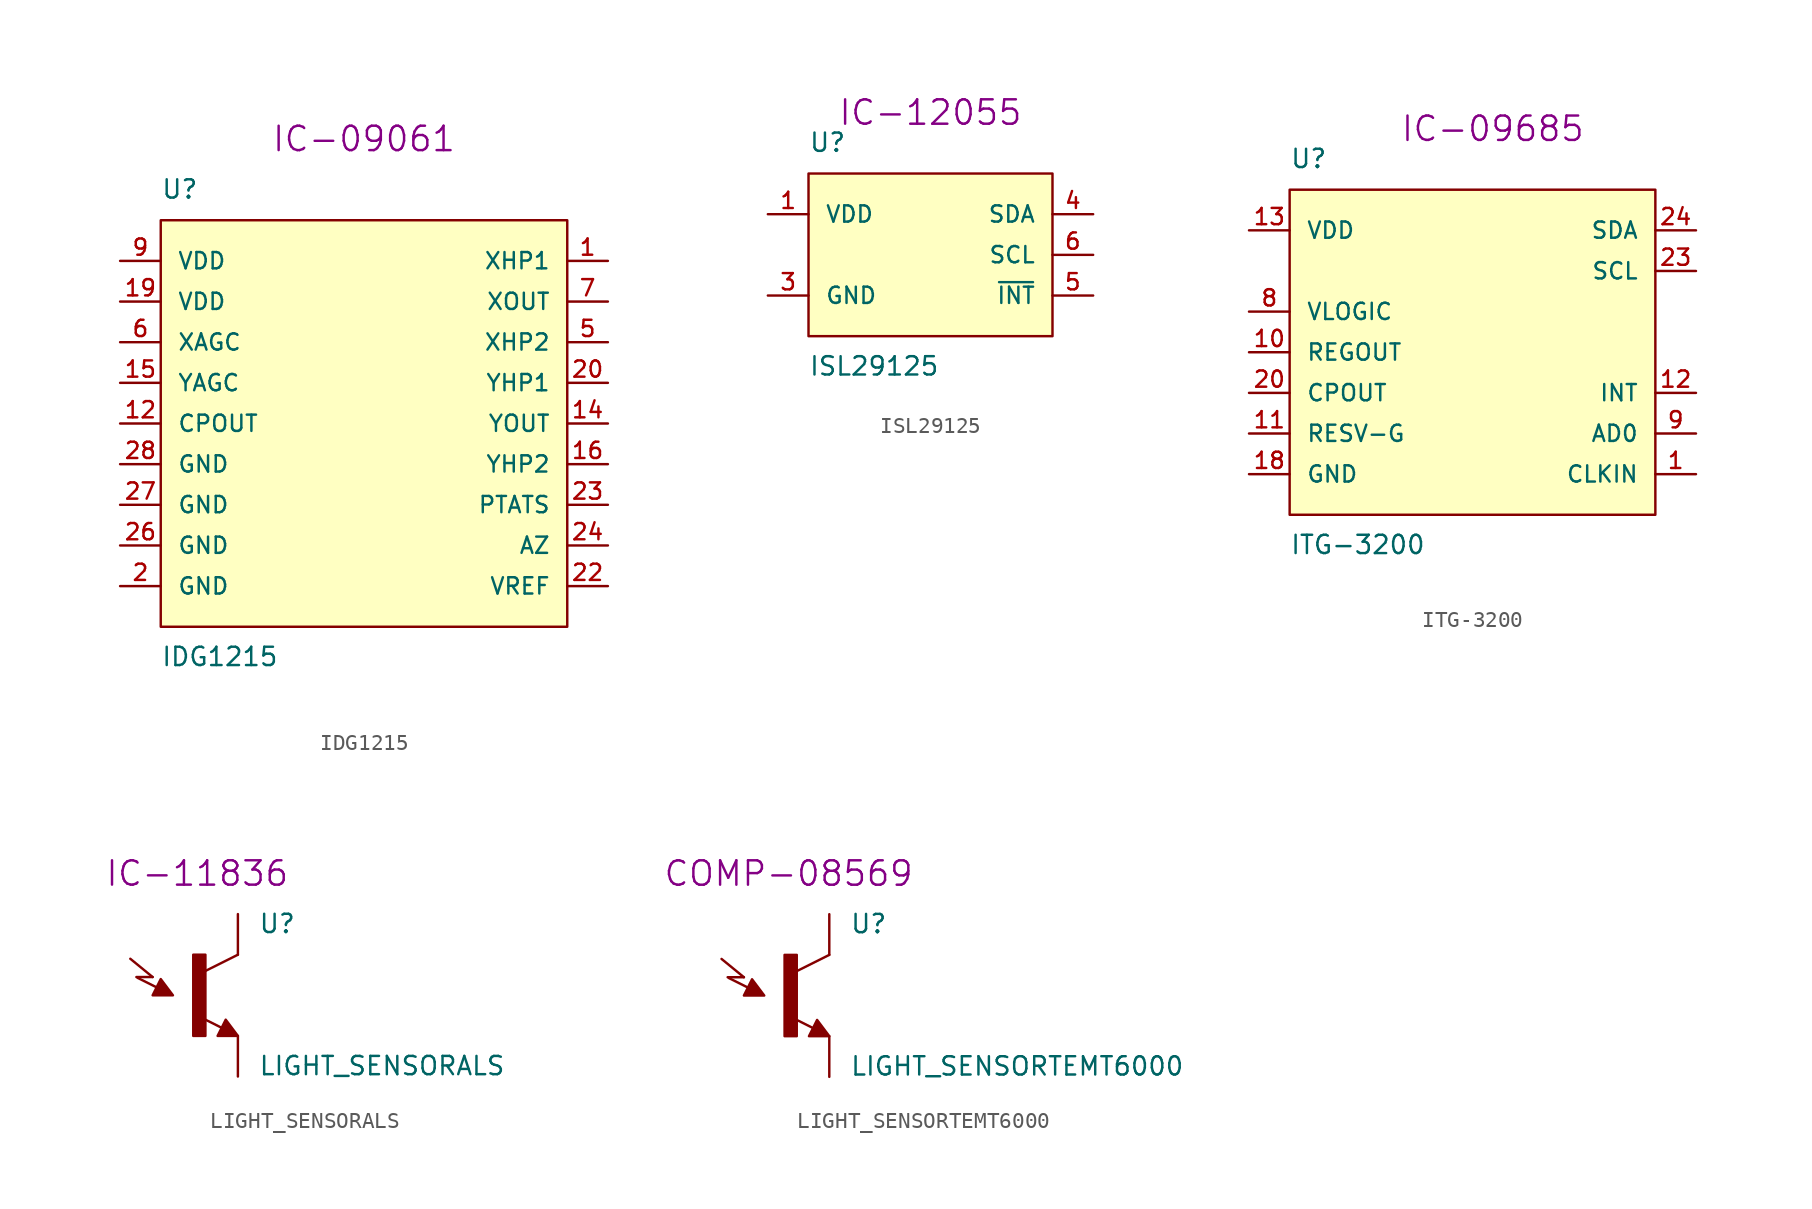
<source format=kicad_sym>
(kicad_symbol_lib
  (version 20220914)
  (generator kicad_symbol_editor)
  (symbol "IDG1215"
    (pin_names
      (offset 1.016))
    (property "Reference" "U"
      (at -12.7 13.97 0)
      (effects (font (size 1.143 1.143)) (justify left bottom)))
    (property "Value" "IDG1215"
      (at -12.7 -15.24 0)
      (effects (font (size 1.143 1.143)) (justify left bottom)))
    (property "Field4" "IC-09061"
      (at 0 17.78 0)
      (effects (font (size 1.524 1.524))))
    (property "ki_locked" ""
      (at 0 0 0)
      (effects (font (size 1.27 1.27))))
    (symbol "IDG1215_1_1"
      (polyline (pts (xy -12.7 -12.7) (xy 12.7 -12.7) (xy 12.7 12.7) (xy -12.7 12.7) (xy -12.7 -12.7)) (stroke (width 0) (type solid)) (fill (type background)))
      (pin bidirectional line (at 15.24 10.16 180) (length 2.54) (name "XHP1" (effects (font (size 1.016 1.016)))) (number "1" (effects (font (size 1.016 1.016)))))
      (pin bidirectional line (at -15.24 0 0) (length 2.54) (name "CPOUT" (effects (font (size 1.016 1.016)))) (number "12" (effects (font (size 1.016 1.016)))))
      (pin bidirectional line (at 15.24 0 180) (length 2.54) (name "YOUT" (effects (font (size 1.016 1.016)))) (number "14" (effects (font (size 1.016 1.016)))))
      (pin bidirectional line (at -15.24 2.54 0) (length 2.54) (name "YAGC" (effects (font (size 1.016 1.016)))) (number "15" (effects (font (size 1.016 1.016)))))
      (pin bidirectional line (at 15.24 -2.54 180) (length 2.54) (name "YHP2" (effects (font (size 1.016 1.016)))) (number "16" (effects (font (size 1.016 1.016)))))
      (pin bidirectional line (at -15.24 7.62 0) (length 2.54) (name "VDD" (effects (font (size 1.016 1.016)))) (number "19" (effects (font (size 1.016 1.016)))))
      (pin bidirectional line (at -15.24 -10.16 0) (length 2.54) (name "GND" (effects (font (size 1.016 1.016)))) (number "2" (effects (font (size 1.016 1.016)))))
      (pin bidirectional line (at 15.24 2.54 180) (length 2.54) (name "YHP1" (effects (font (size 1.016 1.016)))) (number "20" (effects (font (size 1.016 1.016)))))
      (pin bidirectional line (at 15.24 -10.16 180) (length 2.54) (name "VREF" (effects (font (size 1.016 1.016)))) (number "22" (effects (font (size 1.016 1.016)))))
      (pin bidirectional line (at 15.24 -5.08 180) (length 2.54) (name "PTATS" (effects (font (size 1.016 1.016)))) (number "23" (effects (font (size 1.016 1.016)))))
      (pin bidirectional line (at 15.24 -7.62 180) (length 2.54) (name "AZ" (effects (font (size 1.016 1.016)))) (number "24" (effects (font (size 1.016 1.016)))))
      (pin bidirectional line (at -15.24 -7.62 0) (length 2.54) (name "GND" (effects (font (size 1.016 1.016)))) (number "26" (effects (font (size 1.016 1.016)))))
      (pin bidirectional line (at -15.24 -5.08 0) (length 2.54) (name "GND" (effects (font (size 1.016 1.016)))) (number "27" (effects (font (size 1.016 1.016)))))
      (pin bidirectional line (at -15.24 -2.54 0) (length 2.54) (name "GND" (effects (font (size 1.016 1.016)))) (number "28" (effects (font (size 1.016 1.016)))))
      (pin bidirectional line (at 15.24 5.08 180) (length 2.54) (name "XHP2" (effects (font (size 1.016 1.016)))) (number "5" (effects (font (size 1.016 1.016)))))
      (pin bidirectional line (at -15.24 5.08 0) (length 2.54) (name "XAGC" (effects (font (size 1.016 1.016)))) (number "6" (effects (font (size 1.016 1.016)))))
      (pin bidirectional line (at 15.24 7.62 180) (length 2.54) (name "XOUT" (effects (font (size 1.016 1.016)))) (number "7" (effects (font (size 1.016 1.016)))))
      (pin bidirectional line (at -15.24 10.16 0) (length 2.54) (name "VDD" (effects (font (size 1.016 1.016)))) (number "9" (effects (font (size 1.016 1.016)))))))
  (symbol "ISL29125"
    (pin_names
      (offset 1.016))
    (property "Reference" "U"
      (at -7.62 6.35 0)
      (effects (font (size 1.143 1.143)) (justify left bottom)))
    (property "Value" "ISL29125"
      (at -7.62 -7.62 0)
      (effects (font (size 1.143 1.143)) (justify left bottom)))
    (property "Field4" "IC-12055"
      (at 0 8.89 0)
      (effects (font (size 1.524 1.524))))
    (property "ki_locked" ""
      (at 0 0 0)
      (effects (font (size 1.27 1.27))))
    (symbol "ISL29125_1_1"
      (polyline (pts (xy -7.62 5.08) (xy 7.62 5.08) (xy 7.62 -5.08) (xy -7.62 -5.08) (xy -7.62 5.08)) (stroke (width 0) (type solid)) (fill (type background)))
      (pin bidirectional line (at -10.16 2.54 0) (length 2.54) (name "VDD" (effects (font (size 1.016 1.016)))) (number "1" (effects (font (size 1.016 1.016)))))
      (pin bidirectional line (at -10.16 -2.54 0) (length 2.54) (name "GND" (effects (font (size 1.016 1.016)))) (number "3" (effects (font (size 1.016 1.016)))))
      (pin bidirectional line (at 10.16 2.54 180) (length 2.54) (name "SDA" (effects (font (size 1.016 1.016)))) (number "4" (effects (font (size 1.016 1.016)))))
      (pin bidirectional line (at 10.16 -2.54 180) (length 2.54) (name "~{INT}" (effects (font (size 1.016 1.016)))) (number "5" (effects (font (size 1.016 1.016)))))
      (pin bidirectional line (at 10.16 0 180) (length 2.54) (name "SCL" (effects (font (size 1.016 1.016)))) (number "6" (effects (font (size 1.016 1.016)))))))
  (symbol "ITG-3200"
    (pin_names
      (offset 1.016))
    (property "Reference" "U"
      (at -11.43 11.43 0)
      (effects (font (size 1.143 1.143)) (justify left bottom)))
    (property "Value" "ITG-3200"
      (at -11.43 -12.7 0)
      (effects (font (size 1.143 1.143)) (justify left bottom)))
    (property "Field4" "IC-09685"
      (at 1.27 13.97 0)
      (effects (font (size 1.524 1.524))))
    (property "ki_locked" ""
      (at 0 0 0)
      (effects (font (size 1.27 1.27))))
    (symbol "ITG-3200_1_1"
      (polyline (pts (xy -11.43 10.16) (xy -11.43 -10.16) (xy 11.43 -10.16) (xy 11.43 10.16) (xy -11.43 10.16)) (stroke (width 0) (type solid)) (fill (type background)))
      (pin bidirectional line (at 13.97 -7.62 180) (length 2.54) (name "CLKIN" (effects (font (size 1.016 1.016)))) (number "1" (effects (font (size 1.016 1.016)))))
      (pin bidirectional line (at -13.97 0 0) (length 2.54) (name "REGOUT" (effects (font (size 1.016 1.016)))) (number "10" (effects (font (size 1.016 1.016)))))
      (pin bidirectional line (at -13.97 -5.08 0) (length 2.54) (name "RESV-G" (effects (font (size 1.016 1.016)))) (number "11" (effects (font (size 1.016 1.016)))))
      (pin bidirectional line (at 13.97 -2.54 180) (length 2.54) (name "INT" (effects (font (size 1.016 1.016)))) (number "12" (effects (font (size 1.016 1.016)))))
      (pin bidirectional line (at -13.97 7.62 0) (length 2.54) (name "VDD" (effects (font (size 1.016 1.016)))) (number "13" (effects (font (size 1.016 1.016)))))
      (pin bidirectional line (at -13.97 -7.62 0) (length 2.54) (name "GND" (effects (font (size 1.016 1.016)))) (number "18" (effects (font (size 1.016 1.016)))))
      (pin bidirectional line (at -13.97 -2.54 0) (length 2.54) (name "CPOUT" (effects (font (size 1.016 1.016)))) (number "20" (effects (font (size 1.016 1.016)))))
      (pin bidirectional line (at 13.97 5.08 180) (length 2.54) (name "SCL" (effects (font (size 1.016 1.016)))) (number "23" (effects (font (size 1.016 1.016)))))
      (pin bidirectional line (at 13.97 7.62 180) (length 2.54) (name "SDA" (effects (font (size 1.016 1.016)))) (number "24" (effects (font (size 1.016 1.016)))))
      (pin bidirectional line (at -13.97 2.54 0) (length 2.54) (name "VLOGIC" (effects (font (size 1.016 1.016)))) (number "8" (effects (font (size 1.016 1.016)))))
      (pin bidirectional line (at 13.97 -5.08 180) (length 2.54) (name "AD0" (effects (font (size 1.016 1.016)))) (number "9" (effects (font (size 1.016 1.016)))))))
  (symbol "LIGHT_SENSORALS"
    (pin_numbers hide)
    (pin_names
      (offset 1.016) hide)
    (property "Reference" "U"
      (at 3.81 3.81 0)
      (effects (font (size 1.143 1.143)) (justify left bottom)))
    (property "Value" "LIGHT_SENSORALS"
      (at 3.81 -5.08 0)
      (effects (font (size 1.143 1.143)) (justify left bottom)))
    (property "Field4" "IC-11836"
      (at 0 7.62 0)
      (effects (font (size 1.524 1.524))))
    (property "ki_locked" ""
      (at 0 0 0)
      (effects (font (size 1.27 1.27))))
    (symbol "LIGHT_SENSORALS_1_0"
      (polyline (pts (xy -3.81 1.143) (xy -2.794 1.143)) (stroke (width 0) (type solid)) (fill (type none)))
      (polyline (pts (xy -2.794 1.143) (xy -4.191 2.286)) (stroke (width 0) (type solid)) (fill (type none)))
      (polyline (pts (xy -2.515 0.483) (xy -3.734 1.092)) (stroke (width 0) (type solid)) (fill (type none)))
      (polyline (pts (xy 1.524 -2.032) (xy 0.305 -1.422)) (stroke (width 0) (type solid)) (fill (type none)))
      (polyline (pts (xy 2.54 2.54) (xy 0.508 1.524)) (stroke (width 0) (type solid)) (fill (type none))))
    (symbol "LIGHT_SENSORALS_1_1"
      (rectangle (start -0.254 -2.54) (end 0.508 2.54) (stroke (width 0) (type solid)) (fill (type outline)))
      (polyline (pts (xy -2.286 1.016) (xy -1.524 0) (xy -2.794 0) (xy -2.286 1.016)) (stroke (width 0) (type solid)) (fill (type outline)))
      (polyline (pts (xy 1.778 -1.524) (xy 2.54 -2.54) (xy 1.27 -2.54) (xy 1.778 -1.524)) (stroke (width 0) (type solid)) (fill (type outline)))
      (pin passive line (at 2.54 5.08 270) (length 2.54) (name "C1" (effects (font (size 1.016 1.016)))) (number "C" (effects (font (size 1.016 1.016)))))
      (pin passive line (at 2.54 -5.08 90) (length 2.54) (name "E1" (effects (font (size 1.016 1.016)))) (number "E" (effects (font (size 1.016 1.016)))))))
  (symbol "LIGHT_SENSORTEMT6000"
    (pin_numbers hide)
    (pin_names
      (offset 1.016) hide)
    (property "Reference" "U"
      (at 3.81 3.81 0)
      (effects (font (size 1.143 1.143)) (justify left bottom)))
    (property "Value" "LIGHT_SENSORTEMT6000"
      (at 3.81 -5.08 0)
      (effects (font (size 1.143 1.143)) (justify left bottom)))
    (property "Field4" "COMP-08569"
      (at 0 7.62 0)
      (effects (font (size 1.524 1.524))))
    (property "ki_locked" ""
      (at 0 0 0)
      (effects (font (size 1.27 1.27))))
    (symbol "LIGHT_SENSORTEMT6000_1_0"
      (polyline (pts (xy -3.81 1.143) (xy -2.794 1.143)) (stroke (width 0) (type solid)) (fill (type none)))
      (polyline (pts (xy -2.794 1.143) (xy -4.191 2.286)) (stroke (width 0) (type solid)) (fill (type none)))
      (polyline (pts (xy -2.515 0.483) (xy -3.734 1.092)) (stroke (width 0) (type solid)) (fill (type none)))
      (polyline (pts (xy 1.524 -2.032) (xy 0.305 -1.422)) (stroke (width 0) (type solid)) (fill (type none)))
      (polyline (pts (xy 2.54 2.54) (xy 0.508 1.524)) (stroke (width 0) (type solid)) (fill (type none))))
    (symbol "LIGHT_SENSORTEMT6000_1_1"
      (rectangle (start -0.254 -2.54) (end 0.508 2.54) (stroke (width 0) (type solid)) (fill (type outline)))
      (polyline (pts (xy -2.286 1.016) (xy -1.524 0) (xy -2.794 0) (xy -2.286 1.016)) (stroke (width 0) (type solid)) (fill (type outline)))
      (polyline (pts (xy 1.778 -1.524) (xy 2.54 -2.54) (xy 1.27 -2.54) (xy 1.778 -1.524)) (stroke (width 0) (type solid)) (fill (type outline)))
      (pin passive line (at 2.54 5.08 270) (length 2.54) (name "C1" (effects (font (size 1.016 1.016)))) (number "COLL" (effects (font (size 1.016 1.016)))))
      (pin passive line (at 2.54 -5.08 90) (length 2.54) (name "E1" (effects (font (size 1.016 1.016)))) (number "EMIT" (effects (font (size 1.016 1.016))))))))
</source>
